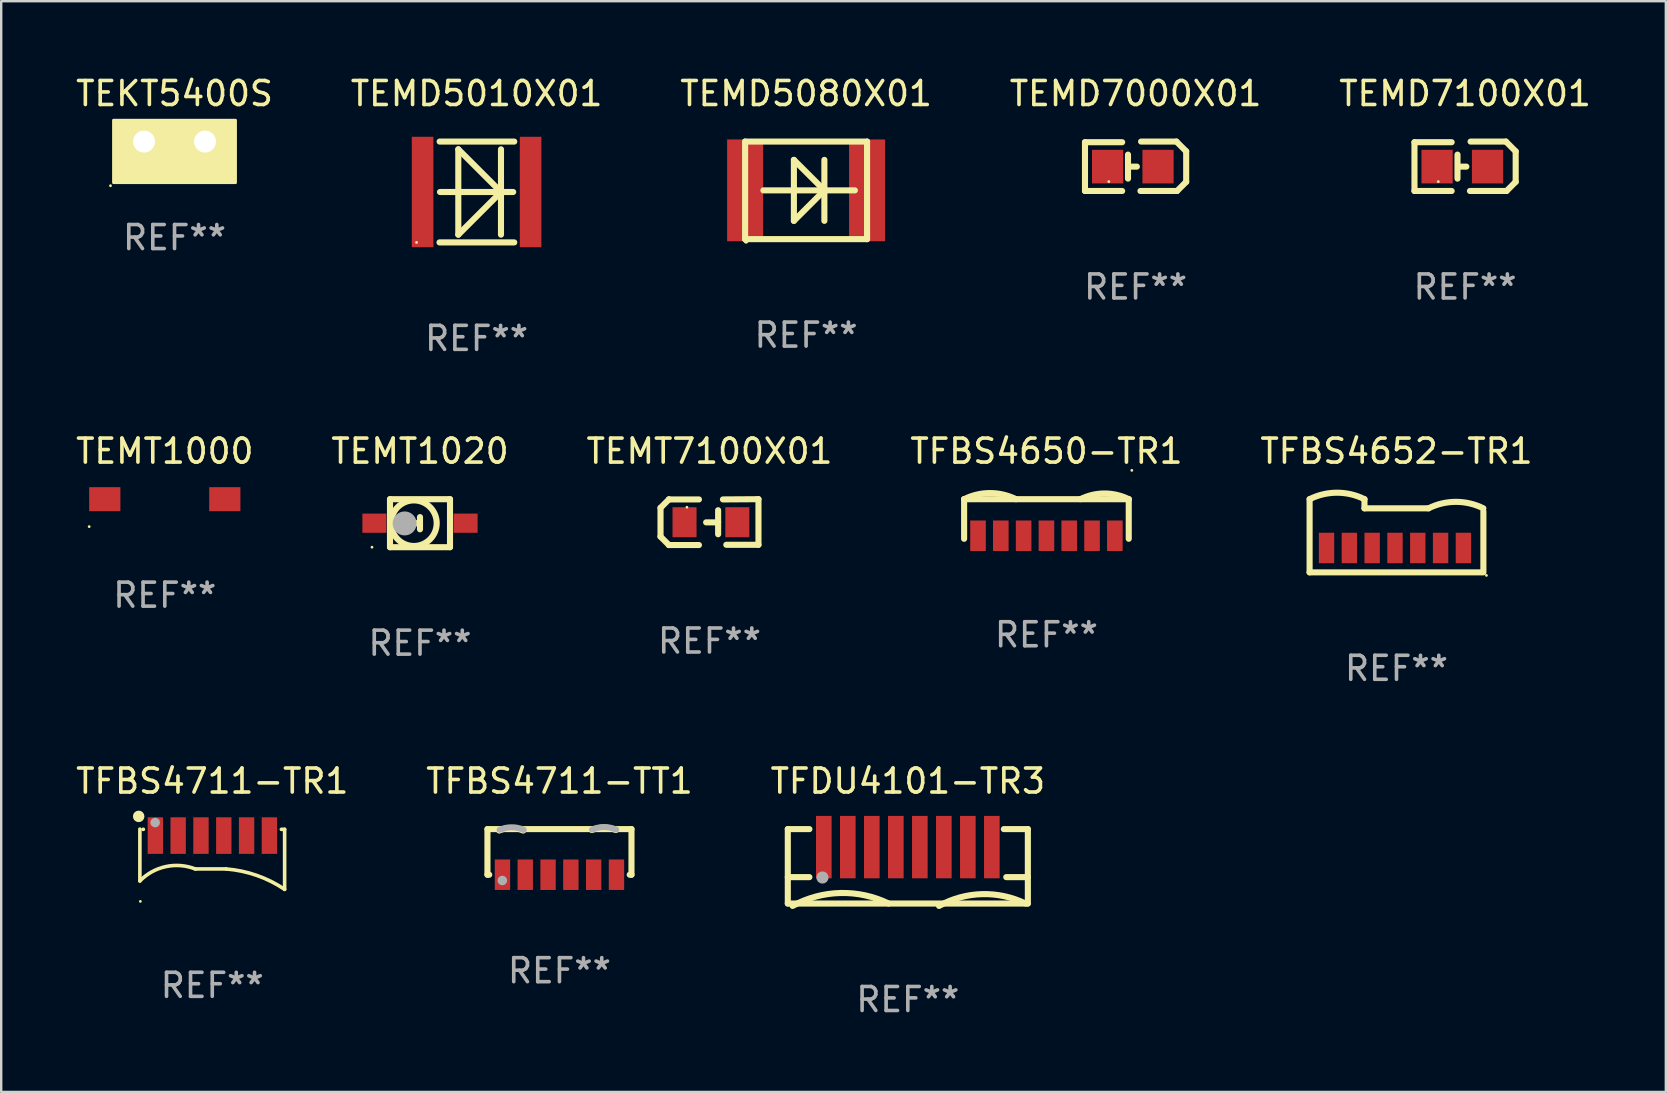
<source format=kicad_pcb>
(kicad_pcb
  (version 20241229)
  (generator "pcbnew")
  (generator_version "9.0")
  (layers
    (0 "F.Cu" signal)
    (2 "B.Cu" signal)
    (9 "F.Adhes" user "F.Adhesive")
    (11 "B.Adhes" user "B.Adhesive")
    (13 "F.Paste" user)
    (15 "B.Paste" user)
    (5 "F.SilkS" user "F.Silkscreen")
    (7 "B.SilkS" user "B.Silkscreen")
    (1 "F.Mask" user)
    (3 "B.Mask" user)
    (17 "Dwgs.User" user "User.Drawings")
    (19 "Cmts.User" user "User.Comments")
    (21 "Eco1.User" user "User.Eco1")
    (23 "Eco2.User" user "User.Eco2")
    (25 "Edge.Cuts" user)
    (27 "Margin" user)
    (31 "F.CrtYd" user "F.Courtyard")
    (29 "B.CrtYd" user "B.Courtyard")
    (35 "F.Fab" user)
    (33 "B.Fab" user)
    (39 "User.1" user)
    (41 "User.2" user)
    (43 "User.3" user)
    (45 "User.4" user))
  (footprint "TFBS4711-TT1"
    (layer "F.Cu")
    (at 20.256 32.439)
    (property "Reference" "TFBS4711-TT1" (at 0 -2.95 0) (layer "F.SilkS") (effects (font (size 1 1) (thickness 0.15))))
    (attr through_hole)
    (fp_line (start -3 -0.95) (end 3 -0.95) (stroke (width 0.254) (type solid)) (layer "F.SilkS"))
    (fp_line (start -3 0.95) (end -3 -0.95) (stroke (width 0.254) (type solid)) (layer "F.SilkS"))
    (fp_line (start -2.926 0.95) (end -3 0.95) (stroke (width 0.254) (type solid)) (layer "F.SilkS"))
    (fp_line (start 3 -0.95) (end 3 0.95) (stroke (width 0.254) (type solid)) (layer "F.SilkS"))
    (fp_line (start 3 0.95) (end 2.926 0.95) (stroke (width 0.254) (type solid)) (layer "F.SilkS"))
    (fp_arc (start -2.509957 -0.890056) (mid -2.009957 -0.994859) (end -1.509957 -0.890056) (stroke (width 0.254001) (type solid)) (layer "F.SilkS"))
    (fp_arc (start 1.349962 -0.91002) (mid 1.849962 -1.014823) (end 2.349962 -0.91002) (stroke (width 0.254001) (type solid)) (layer "F.SilkS"))
    (fp_circle (center -3 0.935) (end -2.95 0.935) (stroke (width 0.1) (type solid)) (fill no) (layer "F.SilkS"))
    (fp_arc (start -2.490043 -0.920053) (mid -1.990043 -1.024856) (end -1.490043 -0.920053) (stroke (width 0.254001) (type solid)) (layer "F.Fab"))
    (fp_arc (start 1.36002 -0.929985) (mid 1.86002 -1.034788) (end 2.36002 -0.929985) (stroke (width 0.254001) (type solid)) (layer "F.Fab"))
    (fp_circle (center -2.38 1.19) (end -2.28 1.19) (stroke (width 0.2) (type solid)) (fill no) (layer "F.Fab"))
    (fp_text user "REF**" (at 0 4.95 0) (layer "F.Fab") (effects (font (size 1 1) (thickness 0.15))))
    (pad "1" smd rect (at -2.375 0.95 90) (size 1.27 0.64) (layers "F.Cu" "F.Mask" "F.Paste"))
    (pad "2" smd rect (at -1.425 0.95 90) (size 1.27 0.64) (layers "F.Cu" "F.Mask" "F.Paste"))
    (pad "3" smd rect (at -0.475 0.95 90) (size 1.27 0.64) (layers "F.Cu" "F.Mask" "F.Paste"))
    (pad "4" smd rect (at 0.475 0.95 90) (size 1.27 0.64) (layers "F.Cu" "F.Mask" "F.Paste"))
    (pad "5" smd rect (at 1.425 0.95 90) (size 1.27 0.64) (layers "F.Cu" "F.Mask" "F.Paste"))
    (pad "6" smd rect (at 2.375 0.95 90) (size 1.27 0.64) (layers "F.Cu" "F.Mask" "F.Paste")))
  (footprint "TEMT1000"
    (layer "F.Cu")
    (at 3.815 17.745)
    (property "Reference" "TEMT1000" (at 0 -2 0) (layer "F.SilkS") (effects (font (size 1 1) (thickness 0.15))))
    (attr through_hole)
    (fp_circle (center -3.15 1.143) (end -3.12 1.143) (stroke (width 0.06) (type solid)) (fill no) (layer "F.SilkS"))
    (fp_text user "REF**" (at 0 4 0) (layer "F.Fab") (effects (font (size 1 1) (thickness 0.15))))
    (pad "1" smd rect (at -2.5 0 90) (size 1 1.3) (layers "F.Cu" "F.Mask" "F.Paste"))
    (pad "2" smd rect (at 2.5 0 90) (size 1 1.3) (layers "F.Cu" "F.Mask" "F.Paste")))
  (footprint "TEMD5010X01"
    (layer "F.Cu")
    (at 16.804 4.948)
    (property "Reference" "TEMD5010X01" (at 0 -4.1 0) (layer "F.SilkS") (effects (font (size 1 1) (thickness 0.15))))
    (attr through_hole)
    (fp_line (start -1.545 2.1) (end 1.569 2.1) (stroke (width 0.254) (type solid)) (layer "F.SilkS"))
    (fp_line (start -1.54 -2.1) (end 1.569 -2.1) (stroke (width 0.254) (type solid)) (layer "F.SilkS"))
    (fp_line (start -1.524 0) (end 1.524 0) (stroke (width 0.254) (type solid)) (layer "F.SilkS"))
    (fp_line (start -0.762 -1.778) (end -0.762 1.778) (stroke (width 0.254) (type solid)) (layer "F.SilkS"))
    (fp_line (start -0.762 1.778) (end 1.016 0) (stroke (width 0.254) (type solid)) (layer "F.SilkS"))
    (fp_line (start 1.016 0) (end -0.762 -1.778) (stroke (width 0.254) (type solid)) (layer "F.SilkS"))
    (fp_line (start 1.016 1.778) (end 1.016 -1.778) (stroke (width 0.254) (type solid)) (layer "F.SilkS"))
    (fp_circle (center -2.5 2.1) (end -2.47 2.1) (stroke (width 0.06) (type solid)) (fill no) (layer "F.SilkS"))
    (fp_text user "REF**" (at 0 6.1 0) (layer "F.Fab") (effects (font (size 1 1) (thickness 0.15))))
    (pad "1" smd rect (at -2.25 0) (size 0.9 4.6) (layers "F.Cu" "F.Mask" "F.Paste"))
    (pad "2" smd rect (at 2.25 0) (size 0.9 4.6) (layers "F.Cu" "F.Mask" "F.Paste")))
  (footprint "TEMD7100X01"
    (layer "F.Cu")
    (at 57.982 3.877)
    (property "Reference" "TEMD7100X01" (at 0 -3.029 0) (layer "F.SilkS") (effects (font (size 1 1) (thickness 0.15))))
    (attr through_hole)
    (fp_line (start -2.108 -1.003) (end -2.108 1.029) (stroke (width 0.254) (type solid)) (layer "F.SilkS"))
    (fp_line (start -2.108 1.029) (end -0.559 1.029) (stroke (width 0.254) (type solid)) (layer "F.SilkS"))
    (fp_line (start -0.559 -1.003) (end -2.108 -1.003) (stroke (width 0.254) (type solid)) (layer "F.SilkS"))
    (fp_line (start -0.316 0.514) (end -0.316 -0.486) (stroke (width 0.254) (type solid)) (layer "F.SilkS"))
    (fp_line (start -0.216 0.014) (end 0.053 0.014) (stroke (width 0.254) (type solid)) (layer "F.SilkS"))
    (fp_line (start 0.229 -1.029) (end 1.702 -1.029) (stroke (width 0.254) (type solid)) (layer "F.SilkS"))
    (fp_line (start 1.702 -1.029) (end 2.108 -0.622) (stroke (width 0.254) (type solid)) (layer "F.SilkS"))
    (fp_line (start 1.727 1.029) (end 0.203 1.029) (stroke (width 0.254) (type solid)) (layer "F.SilkS"))
    (fp_line (start 2.108 -0.622) (end 2.108 0.648) (stroke (width 0.254) (type solid)) (layer "F.SilkS"))
    (fp_line (start 2.108 0.648) (end 1.727 1.029) (stroke (width 0.254) (type solid)) (layer "F.SilkS"))
    (fp_circle (center -1.116 0.639) (end -1.086 0.639) (stroke (width 0.06) (type solid)) (fill no) (layer "F.SilkS"))
    (fp_text user "REF**" (at 0 5.029 0) (layer "F.Fab") (effects (font (size 1 1) (thickness 0.15))))
    (pad "1" smd rect (at -1.166 0.014) (size 1.3 1.4) (layers "F.Cu" "F.Mask" "F.Paste"))
    (pad "2" smd rect (at 0.935 0.014) (size 1.3 1.4) (layers "F.Cu" "F.Mask" "F.Paste")))
  (footprint "TEMD5080X01"
    (layer "F.Cu")
    (at 30.53 4.88)
    (property "Reference" "TEMD5080X01" (at 0 -4.032 0) (layer "F.SilkS") (effects (font (size 1 1) (thickness 0.15))))
    (attr through_hole)
    (fp_line (start -2.54 -2.032) (end 2.54 -2.032) (stroke (width 0.254) (type solid)) (layer "F.SilkS"))
    (fp_line (start -2.54 2.032) (end -2.54 -2.032) (stroke (width 0.254) (type solid)) (layer "F.SilkS"))
    (fp_line (start -1.778 0) (end 2.032 0) (stroke (width 0.254) (type solid)) (layer "F.SilkS"))
    (fp_line (start -0.508 -1.27) (end -0.508 1.27) (stroke (width 0.254) (type solid)) (layer "F.SilkS"))
    (fp_line (start -0.508 1.27) (end 0.762 0) (stroke (width 0.254) (type solid)) (layer "F.SilkS"))
    (fp_line (start 0.762 -1.27) (end 0.762 1.27) (stroke (width 0.254) (type solid)) (layer "F.SilkS"))
    (fp_line (start 0.762 0) (end -0.508 -1.27) (stroke (width 0.254) (type solid)) (layer "F.SilkS"))
    (fp_line (start 2.54 -2.032) (end 2.54 2.032) (stroke (width 0.254) (type solid)) (layer "F.SilkS"))
    (fp_line (start 2.54 2.032) (end -2.54 2.032) (stroke (width 0.254) (type solid)) (layer "F.SilkS"))
    (fp_circle (center -2.5 2.12) (end -2.45 2.12) (stroke (width 0.1) (type solid)) (fill no) (layer "F.SilkS"))
    (fp_text user "REF**" (at 0 6.032 0) (layer "F.Fab") (effects (font (size 1 1) (thickness 0.15))))
    (pad "1" smd rect (at -2.54 0) (size 1.5 4.24) (layers "F.Cu" "F.Mask" "F.Paste"))
    (pad "2" smd rect (at 2.54 0) (size 1.5 4.24) (layers "F.Cu" "F.Mask" "F.Paste")))
  (footprint "TFBS4711-TR1"
    (layer "F.Cu")
    (at 5.792 32.744)
    (property "Reference" "TFBS4711-TR1" (at 0 -3.255 0) (layer "F.SilkS") (effects (font (size 1 1) (thickness 0.15))))
    (attr through_hole)
    (fp_line (start -3.015 -1.255) (end -3.015 0.905) (stroke (width 0.15) (type solid)) (layer "F.SilkS"))
    (fp_line (start -2.885 -1.245) (end -2.869 -1.245) (stroke (width 0.15) (type solid)) (layer "F.SilkS"))
    (fp_line (start -0.705 0.405) (end 0.575 0.405) (stroke (width 0.15) (type solid)) (layer "F.SilkS"))
    (fp_line (start 2.879 -1.245) (end 3.015 -1.245) (stroke (width 0.15) (type solid)) (layer "F.SilkS"))
    (fp_line (start 3.015 -1.245) (end 3.015 1.255) (stroke (width 0.15) (type solid)) (layer "F.SilkS"))
    (fp_arc (start -3.014999 0.904991) (mid -1.934659 0.306855) (end -0.703797 0.406261) (stroke (width 0.150114) (type solid)) (layer "F.SilkS"))
    (fp_arc (start 0.574994 0.404991) (mid 1.849891 0.671845) (end 3.01477 1.254623) (stroke (width 0.150114) (type solid)) (layer "F.SilkS"))
    (fp_circle (center -3.065 -1.785) (end -2.945 -1.785) (stroke (width 0.24) (type solid)) (fill no) (layer "F.SilkS"))
    (fp_circle (center -2.995 1.756) (end -2.965 1.756) (stroke (width 0.06) (type solid)) (fill no) (layer "F.SilkS"))
    (fp_circle (center -2.379 -1.528) (end -2.279 -1.528) (stroke (width 0.2) (type solid)) (fill no) (layer "F.Fab"))
    (fp_text user "REF**" (at 0 5.255 0) (layer "F.Fab") (effects (font (size 1 1) (thickness 0.15))))
    (pad "1" smd rect (at -2.37 -0.985) (size 0.64 1.524) (layers "F.Cu" "F.Mask" "F.Paste"))
    (pad "2" smd rect (at -1.42 -0.985) (size 0.64 1.524) (layers "F.Cu" "F.Mask" "F.Paste"))
    (pad "3" smd rect (at -0.47 -0.985) (size 0.64 1.524) (layers "F.Cu" "F.Mask" "F.Paste"))
    (pad "4" smd rect (at 0.48 -0.985) (size 0.64 1.524) (layers "F.Cu" "F.Mask" "F.Paste"))
    (pad "5" smd rect (at 1.43 -0.985) (size 0.64 1.524) (layers "F.Cu" "F.Mask" "F.Paste"))
    (pad "6" smd rect (at 2.38 -0.985) (size 0.64 1.524) (layers "F.Cu" "F.Mask" "F.Paste")))
  (footprint "TFBS4652-TR1"
    (layer "F.Cu")
    (at 55.125 19.269)
    (property "Reference" "TFBS4652-TR1" (at 0 -3.524 0) (layer "F.SilkS") (effects (font (size 1 1) (thickness 0.15))))
    (attr through_hole)
    (fp_line (start -3.62 1.524) (end -3.62 -1.524) (stroke (width 0.254) (type solid)) (layer "F.SilkS"))
    (fp_line (start -1.334 -1.143) (end -1.334 -1.524) (stroke (width 0.254) (type solid)) (layer "F.SilkS"))
    (fp_line (start 1.334 -1.143) (end -1.334 -1.143) (stroke (width 0.254) (type solid)) (layer "F.SilkS"))
    (fp_line (start 3.548 1.524) (end -3.62 1.524) (stroke (width 0.254) (type solid)) (layer "F.SilkS"))
    (fp_line (start 3.62 1.524) (end 3.62 -1.016) (stroke (width 0.254) (type solid)) (layer "F.SilkS"))
    (fp_arc (start -3.619507 -1.524003) (mid -2.476505 -1.793826) (end -1.333503 -1.524003) (stroke (width 0.254001) (type solid)) (layer "F.SilkS"))
    (fp_arc (start 1.333503 -1.143002) (mid 2.476505 -1.412825) (end 3.619507 -1.143002) (stroke (width 0.254001) (type solid)) (layer "F.SilkS"))
    (fp_circle (center 3.747 1.651) (end 3.777 1.651) (stroke (width 0.06) (type solid)) (fill no) (layer "F.SilkS"))
    (fp_text user "REF**" (at 0 5.524 0) (layer "F.Fab") (effects (font (size 1 1) (thickness 0.15))))
    (pad "1" smd rect (at 2.787 0.508 180) (size 0.64 1.27) (layers "F.Cu" "F.Mask" "F.Paste"))
    (pad "2" smd rect (at 1.837 0.508 180) (size 0.64 1.27) (layers "F.Cu" "F.Mask" "F.Paste"))
    (pad "3" smd rect (at 0.887 0.508 180) (size 0.64 1.27) (layers "F.Cu" "F.Mask" "F.Paste"))
    (pad "4" smd rect (at -0.063 0.508 180) (size 0.64 1.27) (layers "F.Cu" "F.Mask" "F.Paste"))
    (pad "5" smd rect (at -1.014 0.508 180) (size 0.64 1.27) (layers "F.Cu" "F.Mask" "F.Paste"))
    (pad "6" smd rect (at -1.964 0.508 180) (size 0.64 1.27) (layers "F.Cu" "F.Mask" "F.Paste"))
    (pad "7" smd rect (at -2.914 0.508 180) (size 0.64 1.27) (layers "F.Cu" "F.Mask" "F.Paste")))
  (footprint "TEMT7100X01"
    (layer "F.Cu")
    (at 26.506 18.7)
    (property "Reference" "TEMT7100X01" (at 0 -2.955 0) (layer "F.SilkS") (effects (font (size 1 1) (thickness 0.15))))
    (attr through_hole)
    (fp_line (start -2.04 -0.595) (end -2.04 0.605) (stroke (width 0.254) (type solid)) (layer "F.SilkS"))
    (fp_line (start -1.69 -0.945) (end -1.69 -0.945) (stroke (width 0.254) (type solid)) (layer "F.SilkS"))
    (fp_line (start -1.69 -0.945) (end -2.04 -0.595) (stroke (width 0.254) (type solid)) (layer "F.SilkS"))
    (fp_line (start -1.69 0.955) (end -2.04 0.605) (stroke (width 0.254) (type solid)) (layer "F.SilkS"))
    (fp_line (start -1.69 0.955) (end -1.69 0.955) (stroke (width 0.254) (type solid)) (layer "F.SilkS"))
    (fp_line (start -0.44 -0.945) (end -1.69 -0.945) (stroke (width 0.254) (type solid)) (layer "F.SilkS"))
    (fp_line (start -0.44 0.955) (end -1.69 0.955) (stroke (width 0.254) (type solid)) (layer "F.SilkS"))
    (fp_line (start 0.36 -0.495) (end 0.36 0.505) (stroke (width 0.254) (type solid)) (layer "F.SilkS"))
    (fp_line (start 0.36 0.01) (end -0.14 0.01) (stroke (width 0.254) (type solid)) (layer "F.SilkS"))
    (fp_line (start 0.56 -0.945) (end 2.04 -0.955) (stroke (width 0.254) (type solid)) (layer "F.SilkS"))
    (fp_line (start 0.7 0.945) (end 2.04 0.945) (stroke (width 0.254) (type solid)) (layer "F.SilkS"))
    (fp_line (start 2.04 -0.955) (end 2.04 0.945) (stroke (width 0.254) (type solid)) (layer "F.SilkS"))
    (fp_circle (center -0.94 -0.62) (end -0.91 -0.62) (stroke (width 0.06) (type solid)) (fill no) (layer "F.SilkS"))
    (fp_text user "REF**" (at 0 4.955 0) (layer "F.Fab") (effects (font (size 1 1) (thickness 0.15))))
    (pad "1" smd rect (at -1.04 0.005 180) (size 1 1.25) (layers "F.Cu" "F.Mask" "F.Paste"))
    (pad "2" smd rect (at 1.16 0.005 180) (size 1 1.25) (layers "F.Cu" "F.Mask" "F.Paste")))
  (footprint "TEKT5400S"
    (layer "F.Cu")
    (at 4.22 2.848)
    (property "Reference" "TEKT5400S" (at 0 -2 0) (layer "F.SilkS") (effects (font (size 1 1) (thickness 0.15))))
    (attr through_hole)
    (fp_circle (center -2.667 1.838) (end -2.637 1.838) (stroke (width 0.06) (type solid)) (fill no) (layer "F.SilkS"))
    (fp_poly (pts (xy -2.54 -0.889) (xy 2.54 -0.889) (xy 2.54 1.711) (xy -2.54 1.711)) (stroke (width 0.12) (type solid)) (fill yes) (layer "F.SilkS"))
    (fp_text user "REF**" (at 0 4 0) (layer "F.Fab") (effects (font (size 1 1) (thickness 0.15))))
    (pad "1" thru_hole circle (at -1.27 0) (size 1.524 1.524) (drill 0.914) (layers "*.Cu" "*.Mask"))
    (pad "2" thru_hole circle (at 1.27 0) (size 1.524 1.524) (drill 0.914) (layers "*.Cu" "*.Mask")))
  (footprint "TFBS4650-TR1"
    (layer "F.Cu")
    (at 40.542 18.57)
    (property "Reference" "TFBS4650-TR1" (at 0 -2.825 0) (layer "F.SilkS") (effects (font (size 1 1) (thickness 0.15))))
    (attr through_hole)
    (fp_line (start -3.429 -0.825) (end -3.429 0.825) (stroke (width 0.254) (type solid)) (layer "F.SilkS"))
    (fp_line (start 3.429 -0.825) (end -3.429 -0.825) (stroke (width 0.254) (type solid)) (layer "F.SilkS"))
    (fp_line (start 3.429 0.825) (end 3.429 -0.825) (stroke (width 0.254) (type solid)) (layer "F.SilkS"))
    (fp_arc (start -3.429007 -0.825006) (mid -2.349042 -1.079549) (end -1.269215 -0.824422) (stroke (width 0.254001) (type solid)) (layer "F.SilkS"))
    (fp_arc (start 1.415519 -0.825006) (mid 2.422725 -1.062374) (end 3.429793 -0.824422) (stroke (width 0.254001) (type solid)) (layer "F.SilkS"))
    (fp_circle (center 3.557 -2.026) (end 3.587 -2.026) (stroke (width 0.06) (type solid)) (fill no) (layer "F.SilkS"))
    (fp_text user "REF**" (at 0 4.825 0) (layer "F.Fab") (effects (font (size 1 1) (thickness 0.15))))
    (pad "1" smd rect (at 2.85 0.698 180) (size 0.65 1.27) (layers "F.Cu" "F.Mask" "F.Paste"))
    (pad "2" smd rect (at 1.9 0.698 180) (size 0.65 1.27) (layers "F.Cu" "F.Mask" "F.Paste"))
    (pad "3" smd rect (at 0.95 0.698 180) (size 0.65 1.27) (layers "F.Cu" "F.Mask" "F.Paste"))
    (pad "4" smd rect (at 0.000051 0.698 180) (size 0.65 1.27) (layers "F.Cu" "F.Mask" "F.Paste"))
    (pad "5" smd rect (at -0.95 0.698 180) (size 0.65 1.27) (layers "F.Cu" "F.Mask" "F.Paste"))
    (pad "6" smd rect (at -1.9 0.698 180) (size 0.65 1.27) (layers "F.Cu" "F.Mask" "F.Paste"))
    (pad "7" smd rect (at -2.85 0.698 180) (size 0.65 1.27) (layers "F.Cu" "F.Mask" "F.Paste")))
  (footprint "TFDU4101-TR3"
    (layer "F.Cu")
    (at 34.768 33.039)
    (property "Reference" "TFDU4101-TR3" (at 0 -3.55 0) (layer "F.SilkS") (effects (font (size 1 1) (thickness 0.15))))
    (attr through_hole)
    (fp_line (start -5 -1.55) (end -4.1 -1.55) (stroke (width 0.254) (type solid)) (layer "F.SilkS"))
    (fp_line (start -5 0.45) (end -4.1 0.45) (stroke (width 0.254) (type solid)) (layer "F.SilkS"))
    (fp_line (start -5 1.55) (end -5 -1.55) (stroke (width 0.254) (type solid)) (layer "F.SilkS"))
    (fp_line (start 4 -1.55) (end 5 -1.55) (stroke (width 0.254) (type solid)) (layer "F.SilkS"))
    (fp_line (start 5 -1.55) (end 5 1.55) (stroke (width 0.254) (type solid)) (layer "F.SilkS"))
    (fp_line (start 5 0.45) (end 4.1 0.45) (stroke (width 0.254) (type solid)) (layer "F.SilkS"))
    (fp_line (start 5 1.55) (end -5 1.55) (stroke (width 0.254) (type solid)) (layer "F.SilkS"))
    (fp_arc (start -4.799987 1.650013) (mid -2.810941 1.111777) (end -0.797499 1.550013) (stroke (width 0.254001) (type solid)) (layer "F.SilkS"))
    (fp_arc (start 1.300013 1.650013) (mid 3.089155 1.158962) (end 4.902781 1.550013) (stroke (width 0.254001) (type solid)) (layer "F.SilkS"))
    (fp_circle (center -4.945 -1.495) (end -4.915 -1.495) (stroke (width 0.06) (type solid)) (fill no) (layer "F.SilkS"))
    (fp_circle (center -3.556 0.466) (end -3.429 0.466) (stroke (width 0.254) (type solid)) (fill no) (layer "F.Fab"))
    (fp_text user "REF**" (at 0 5.55 0) (layer "F.Fab") (effects (font (size 1 1) (thickness 0.15))))
    (pad "1" smd rect (at -3.5 -0.8) (size 0.65 2.6) (layers "F.Cu" "F.Mask" "F.Paste"))
    (pad "2" smd rect (at -2.5 -0.8) (size 0.65 2.6) (layers "F.Cu" "F.Mask" "F.Paste"))
    (pad "3" smd rect (at -1.5 -0.8) (size 0.65 2.6) (layers "F.Cu" "F.Mask" "F.Paste"))
    (pad "4" smd rect (at -0.5 -0.8) (size 0.65 2.6) (layers "F.Cu" "F.Mask" "F.Paste"))
    (pad "5" smd rect (at 0.5 -0.8) (size 0.65 2.6) (layers "F.Cu" "F.Mask" "F.Paste"))
    (pad "6" smd rect (at 1.5 -0.8) (size 0.65 2.6) (layers "F.Cu" "F.Mask" "F.Paste"))
    (pad "7" smd rect (at 2.5 -0.8) (size 0.65 2.6) (layers "F.Cu" "F.Mask" "F.Paste"))
    (pad "8" smd rect (at 3.5 -0.8) (size 0.65 2.6) (layers "F.Cu" "F.Mask" "F.Paste")))
  (footprint "TEMD7000X01"
    (layer "F.Cu")
    (at 44.256 3.877)
    (property "Reference" "TEMD7000X01" (at 0 -3.029 0) (layer "F.SilkS") (effects (font (size 1 1) (thickness 0.15))))
    (attr through_hole)
    (fp_line (start -2.108 -1.003) (end -2.108 1.029) (stroke (width 0.254) (type solid)) (layer "F.SilkS"))
    (fp_line (start -2.108 1.029) (end -0.559 1.029) (stroke (width 0.254) (type solid)) (layer "F.SilkS"))
    (fp_line (start -0.559 -1.003) (end -2.108 -1.003) (stroke (width 0.254) (type solid)) (layer "F.SilkS"))
    (fp_line (start -0.316 0.514) (end -0.316 -0.486) (stroke (width 0.254) (type solid)) (layer "F.SilkS"))
    (fp_line (start -0.216 0.014) (end 0.053 0.014) (stroke (width 0.254) (type solid)) (layer "F.SilkS"))
    (fp_line (start 0.229 -1.029) (end 1.702 -1.029) (stroke (width 0.254) (type solid)) (layer "F.SilkS"))
    (fp_line (start 1.702 -1.029) (end 2.108 -0.622) (stroke (width 0.254) (type solid)) (layer "F.SilkS"))
    (fp_line (start 1.727 1.029) (end 0.203 1.029) (stroke (width 0.254) (type solid)) (layer "F.SilkS"))
    (fp_line (start 2.108 -0.622) (end 2.108 0.648) (stroke (width 0.254) (type solid)) (layer "F.SilkS"))
    (fp_line (start 2.108 0.648) (end 1.727 1.029) (stroke (width 0.254) (type solid)) (layer "F.SilkS"))
    (fp_circle (center -1.116 0.639) (end -1.086 0.639) (stroke (width 0.06) (type solid)) (fill no) (layer "F.SilkS"))
    (fp_text user "REF**" (at 0 5.029 0) (layer "F.Fab") (effects (font (size 1 1) (thickness 0.15))))
    (pad "1" smd rect (at -1.166 0.014) (size 1.3 1.4) (layers "F.Cu" "F.Mask" "F.Paste"))
    (pad "2" smd rect (at 0.935 0.014) (size 1.3 1.4) (layers "F.Cu" "F.Mask" "F.Paste")))
  (footprint "TEMT1020"
    (layer "F.Cu")
    (at 14.446 18.745)
    (property "Reference" "TEMT1020" (at 0 -3 0) (layer "F.SilkS") (effects (font (size 1 1) (thickness 0.15))))
    (attr through_hole)
    (fp_line (start -1.25 -1) (end 1.25 -1) (stroke (width 0.254) (type solid)) (layer "F.SilkS"))
    (fp_line (start -1.25 1) (end -1.25 -1) (stroke (width 0.254) (type solid)) (layer "F.SilkS"))
    (fp_line (start 0 -0.254) (end 0 0.254) (stroke (width 0.254) (type solid)) (layer "F.SilkS"))
    (fp_line (start 0 0) (end -0.381 0) (stroke (width 0.254) (type solid)) (layer "F.SilkS"))
    (fp_line (start 1.25 -1) (end 1.25 1) (stroke (width 0.254) (type solid)) (layer "F.SilkS"))
    (fp_line (start 1.25 1) (end -1.25 1) (stroke (width 0.254) (type solid)) (layer "F.SilkS"))
    (fp_circle (center -2 1) (end -1.97 1) (stroke (width 0.06) (type solid)) (fill no) (layer "F.SilkS"))
    (fp_circle (center -0.254 0) (end 0.696 0) (stroke (width 0.254) (type solid)) (fill no) (layer "F.SilkS"))
    (fp_circle (center -0.64 0.01) (end -0.39 0.01) (stroke (width 0.5) (type solid)) (fill no) (layer "F.Fab"))
    (fp_text user "REF**" (at 0 5 0) (layer "F.Fab") (effects (font (size 1 1) (thickness 0.15))))
    (pad "1" smd rect (at -1.9 0) (size 1 0.8) (layers "F.Cu" "F.Mask" "F.Paste"))
    (pad "2" smd rect (at 1.9 0) (size 1 0.8) (layers "F.Cu" "F.Mask" "F.Paste")))
  (gr_rect
    (start -3 -3)
    (end 66.345 42.438)
    (stroke (width 0.1) (type default))
    (fill no)
    (layer "Edge.Cuts")))
</source>
